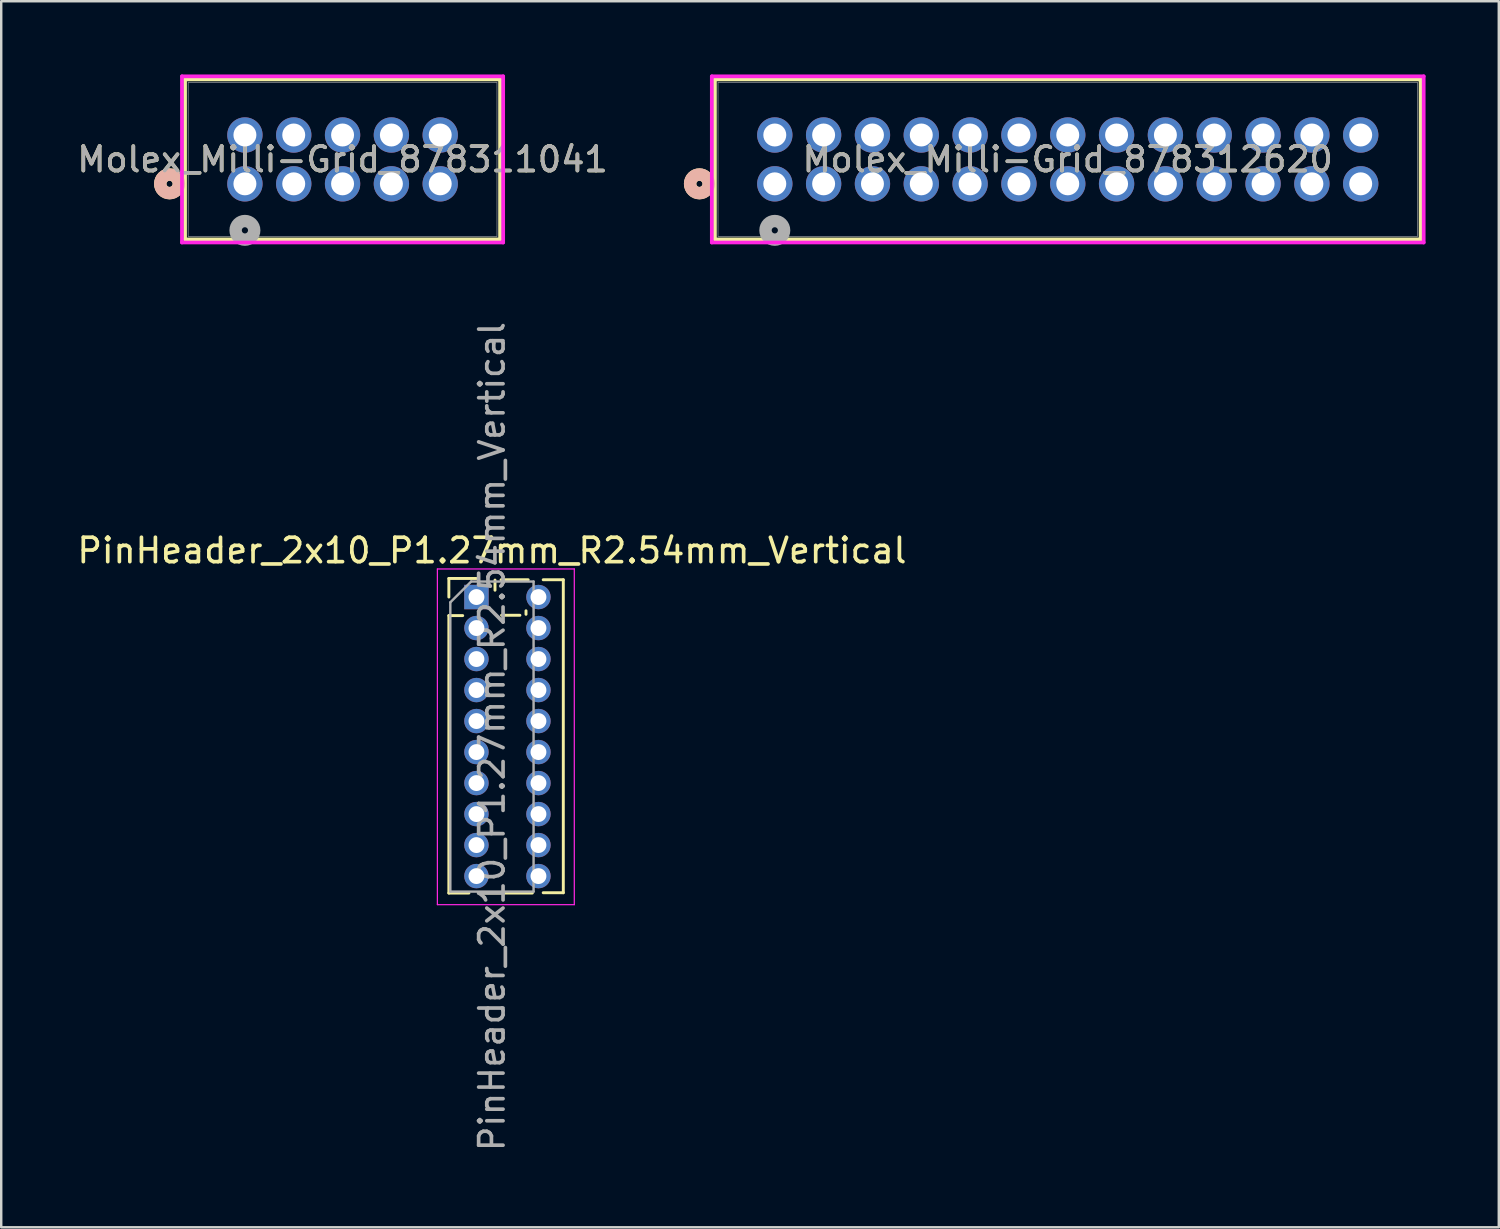
<source format=kicad_pcb>
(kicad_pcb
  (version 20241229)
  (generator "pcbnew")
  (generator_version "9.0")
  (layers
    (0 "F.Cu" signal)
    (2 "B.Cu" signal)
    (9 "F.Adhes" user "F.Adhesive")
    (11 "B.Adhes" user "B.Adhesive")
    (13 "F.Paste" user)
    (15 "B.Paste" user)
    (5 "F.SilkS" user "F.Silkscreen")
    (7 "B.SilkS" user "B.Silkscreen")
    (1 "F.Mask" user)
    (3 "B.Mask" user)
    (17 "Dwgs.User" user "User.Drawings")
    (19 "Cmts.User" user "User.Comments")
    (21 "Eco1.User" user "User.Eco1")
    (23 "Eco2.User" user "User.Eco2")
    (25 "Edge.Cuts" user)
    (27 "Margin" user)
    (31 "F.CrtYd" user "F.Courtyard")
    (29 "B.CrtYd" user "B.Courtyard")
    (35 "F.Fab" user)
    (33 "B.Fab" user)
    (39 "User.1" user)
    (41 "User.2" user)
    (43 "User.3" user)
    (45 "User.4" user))
  (footprint "Molex_Milli-Grid_878311041"
    (layer "F.Cu")
    (at 6.982 4.48)
    (property "Reference" "Molex_Milli-Grid_878311041" (at 4 -1 0) (unlocked yes) (layer "F.SilkS") (effects (font (size 1 1) (thickness 0.15))))
    (attr through_hole)
    (fp_line (start -2.452 -4.277) (end -2.452 2.276) (stroke (width 0.152) (type solid)) (layer "F.SilkS"))
    (fp_line (start -2.452 2.276) (end 10.452 2.276) (stroke (width 0.152) (type solid)) (layer "F.SilkS"))
    (fp_line (start 10.452 -4.277) (end -2.452 -4.277) (stroke (width 0.152) (type solid)) (layer "F.SilkS"))
    (fp_line (start 10.452 2.276) (end 10.452 -4.277) (stroke (width 0.152) (type solid)) (layer "F.SilkS"))
    (fp_circle (center -3.087 0) (end -2.706 0) (stroke (width 0.508) (type solid)) (fill no) (layer "F.SilkS"))
    (fp_circle (center -3.087 0) (end -2.706 0) (stroke (width 0.508) (type solid)) (fill no) (layer "B.SilkS"))
    (fp_line (start -2.579 -4.404) (end -2.579 2.403) (stroke (width 0.152) (type solid)) (layer "F.CrtYd"))
    (fp_line (start -2.579 2.403) (end 10.579 2.403) (stroke (width 0.152) (type solid)) (layer "F.CrtYd"))
    (fp_line (start 10.579 -4.404) (end -2.579 -4.404) (stroke (width 0.152) (type solid)) (layer "F.CrtYd"))
    (fp_line (start 10.579 2.403) (end 10.579 -4.404) (stroke (width 0.152) (type solid)) (layer "F.CrtYd"))
    (fp_line (start -2.325 -4.15) (end -2.325 2.149) (stroke (width 0.025) (type solid)) (layer "F.Fab"))
    (fp_line (start -2.325 2.149) (end 10.325 2.149) (stroke (width 0.025) (type solid)) (layer "F.Fab"))
    (fp_line (start 10.325 -4.15) (end -2.325 -4.15) (stroke (width 0.025) (type solid)) (layer "F.Fab"))
    (fp_line (start 10.325 2.149) (end 10.325 -4.15) (stroke (width 0.025) (type solid)) (layer "F.Fab"))
    (fp_circle (center 0 1.905) (end 0.381 1.905) (stroke (width 0.508) (type solid)) (fill no) (layer "F.Fab"))
    (fp_text user "${REFERENCE}" (at 4 -1 0) (unlocked yes) (layer "F.Fab") (effects (font (size 1 1) (thickness 0.15))))
    (pad "1" thru_hole circle (at 0 0) (size 1.448 1.448) (drill 0.94) (layers "*.Cu" "*.Mask"))
    (pad "2" thru_hole circle (at 0 -2) (size 1.448 1.448) (drill 0.94) (layers "*.Cu" "*.Mask"))
    (pad "3" thru_hole circle (at 2 0) (size 1.448 1.448) (drill 0.94) (layers "*.Cu" "*.Mask"))
    (pad "4" thru_hole circle (at 2 -2) (size 1.448 1.448) (drill 0.94) (layers "*.Cu" "*.Mask"))
    (pad "5" thru_hole circle (at 4 0) (size 1.448 1.448) (drill 0.94) (layers "*.Cu" "*.Mask"))
    (pad "6" thru_hole circle (at 4 -2) (size 1.448 1.448) (drill 0.94) (layers "*.Cu" "*.Mask"))
    (pad "7" thru_hole circle (at 6 0) (size 1.448 1.448) (drill 0.94) (layers "*.Cu" "*.Mask"))
    (pad "8" thru_hole circle (at 6 -2) (size 1.448 1.448) (drill 0.94) (layers "*.Cu" "*.Mask"))
    (pad "9" thru_hole circle (at 8 0) (size 1.448 1.448) (drill 0.94) (layers "*.Cu" "*.Mask"))
    (pad "10" thru_hole circle (at 8 -2) (size 1.448 1.448) (drill 0.94) (layers "*.Cu" "*.Mask")))
  (footprint "Molex_Milli-Grid_878312620"
    (layer "F.Cu")
    (at 28.687 4.48)
    (property "Reference" "Molex_Milli-Grid_878312620" (at 12 -1 0) (unlocked yes) (layer "F.SilkS") (effects (font (size 1 1) (thickness 0.15))))
    (attr through_hole)
    (fp_line (start -2.453 -4.277) (end -2.453 2.276) (stroke (width 0.152) (type solid)) (layer "F.SilkS"))
    (fp_line (start -2.453 2.276) (end 26.453 2.276) (stroke (width 0.152) (type solid)) (layer "F.SilkS"))
    (fp_line (start 26.453 -4.277) (end -2.453 -4.277) (stroke (width 0.152) (type solid)) (layer "F.SilkS"))
    (fp_line (start 26.453 2.276) (end 26.453 -4.277) (stroke (width 0.152) (type solid)) (layer "F.SilkS"))
    (fp_circle (center -3.088 0) (end -2.707 0) (stroke (width 0.508) (type solid)) (fill no) (layer "F.SilkS"))
    (fp_circle (center -3.088 0) (end -2.707 0) (stroke (width 0.508) (type solid)) (fill no) (layer "B.SilkS"))
    (fp_line (start -2.58 -4.404) (end -2.58 2.403) (stroke (width 0.152) (type solid)) (layer "F.CrtYd"))
    (fp_line (start -2.58 2.403) (end 26.58 2.403) (stroke (width 0.152) (type solid)) (layer "F.CrtYd"))
    (fp_line (start 26.58 -4.404) (end -2.58 -4.404) (stroke (width 0.152) (type solid)) (layer "F.CrtYd"))
    (fp_line (start 26.58 2.403) (end 26.58 -4.404) (stroke (width 0.152) (type solid)) (layer "F.CrtYd"))
    (fp_line (start -2.326 -4.15) (end -2.326 2.149) (stroke (width 0.025) (type solid)) (layer "F.Fab"))
    (fp_line (start -2.326 2.149) (end 26.326 2.149) (stroke (width 0.025) (type solid)) (layer "F.Fab"))
    (fp_line (start 26.326 -4.15) (end -2.326 -4.15) (stroke (width 0.025) (type solid)) (layer "F.Fab"))
    (fp_line (start 26.326 2.149) (end 26.326 -4.15) (stroke (width 0.025) (type solid)) (layer "F.Fab"))
    (fp_circle (center 0 1.905) (end 0.381 1.905) (stroke (width 0.508) (type solid)) (fill no) (layer "F.Fab"))
    (fp_text user "${REFERENCE}" (at 12 -1 0) (unlocked yes) (layer "F.Fab") (effects (font (size 1 1) (thickness 0.15))))
    (pad "1" thru_hole circle (at 0 0) (size 1.448 1.448) (drill 0.94) (layers "*.Cu" "*.Mask"))
    (pad "2" thru_hole circle (at 0 -2) (size 1.448 1.448) (drill 0.94) (layers "*.Cu" "*.Mask"))
    (pad "3" thru_hole circle (at 2 0) (size 1.448 1.448) (drill 0.94) (layers "*.Cu" "*.Mask"))
    (pad "4" thru_hole circle (at 2 -2) (size 1.448 1.448) (drill 0.94) (layers "*.Cu" "*.Mask"))
    (pad "5" thru_hole circle (at 4 0) (size 1.448 1.448) (drill 0.94) (layers "*.Cu" "*.Mask"))
    (pad "6" thru_hole circle (at 4 -2) (size 1.448 1.448) (drill 0.94) (layers "*.Cu" "*.Mask"))
    (pad "7" thru_hole circle (at 6 0) (size 1.448 1.448) (drill 0.94) (layers "*.Cu" "*.Mask"))
    (pad "8" thru_hole circle (at 6 -2) (size 1.448 1.448) (drill 0.94) (layers "*.Cu" "*.Mask"))
    (pad "9" thru_hole circle (at 8 0) (size 1.448 1.448) (drill 0.94) (layers "*.Cu" "*.Mask"))
    (pad "10" thru_hole circle (at 8 -2) (size 1.448 1.448) (drill 0.94) (layers "*.Cu" "*.Mask"))
    (pad "11" thru_hole circle (at 10 0) (size 1.448 1.448) (drill 0.94) (layers "*.Cu" "*.Mask"))
    (pad "12" thru_hole circle (at 10 -2) (size 1.448 1.448) (drill 0.94) (layers "*.Cu" "*.Mask"))
    (pad "13" thru_hole circle (at 12 0) (size 1.448 1.448) (drill 0.94) (layers "*.Cu" "*.Mask"))
    (pad "14" thru_hole circle (at 12 -2) (size 1.448 1.448) (drill 0.94) (layers "*.Cu" "*.Mask"))
    (pad "15" thru_hole circle (at 14 0) (size 1.448 1.448) (drill 0.94) (layers "*.Cu" "*.Mask"))
    (pad "16" thru_hole circle (at 14 -2) (size 1.448 1.448) (drill 0.94) (layers "*.Cu" "*.Mask"))
    (pad "17" thru_hole circle (at 16 0) (size 1.448 1.448) (drill 0.94) (layers "*.Cu" "*.Mask"))
    (pad "18" thru_hole circle (at 16 -2) (size 1.448 1.448) (drill 0.94) (layers "*.Cu" "*.Mask"))
    (pad "19" thru_hole circle (at 18 0) (size 1.448 1.448) (drill 0.94) (layers "*.Cu" "*.Mask"))
    (pad "20" thru_hole circle (at 18 -2) (size 1.448 1.448) (drill 0.94) (layers "*.Cu" "*.Mask"))
    (pad "21" thru_hole circle (at 20 0) (size 1.448 1.448) (drill 0.94) (layers "*.Cu" "*.Mask"))
    (pad "22" thru_hole circle (at 20 -2) (size 1.448 1.448) (drill 0.94) (layers "*.Cu" "*.Mask"))
    (pad "23" thru_hole circle (at 22 0) (size 1.448 1.448) (drill 0.94) (layers "*.Cu" "*.Mask"))
    (pad "24" thru_hole circle (at 22 -2) (size 1.448 1.448) (drill 0.94) (layers "*.Cu" "*.Mask"))
    (pad "25" thru_hole circle (at 24 0) (size 1.448 1.448) (drill 0.94) (layers "*.Cu" "*.Mask"))
    (pad "26" thru_hole circle (at 24 -2) (size 1.448 1.448) (drill 0.94) (layers "*.Cu" "*.Mask")))
  (footprint "PinHeader_2x10_P1.27mm_R2.54mm_Vertical"
    (layer "F.Cu")
    (at 16.466 21.406)
    (property "Reference" "PinHeader_2x10_P1.27mm_R2.54mm_Vertical" (at 0.635 -1.905 0) (layer "F.SilkS") (effects (font (size 1 1) (thickness 0.15))))
    (attr through_hole)
    (fp_line (start -1.13 -0.76) (end 0 -0.76) (stroke (width 0.12) (type solid)) (layer "F.SilkS"))
    (fp_line (start -1.13 0) (end -1.13 -0.76) (stroke (width 0.12) (type solid)) (layer "F.SilkS"))
    (fp_line (start -1.13 0.76) (end -1.13 12.125) (stroke (width 0.12) (type solid)) (layer "F.SilkS"))
    (fp_line (start -1.13 0.76) (end -0.563 0.76) (stroke (width 0.12) (type solid)) (layer "F.SilkS"))
    (fp_line (start -1.13 12.125) (end -0.308 12.125) (stroke (width 0.12) (type solid)) (layer "F.SilkS"))
    (fp_line (start 0.308 12.125) (end 2.29 12.125) (stroke (width 0.12) (type solid)) (layer "F.SilkS"))
    (fp_line (start 0.76 -0.28) (end 0.76 -0.695) (stroke (width 0.12) (type solid)) (layer "F.SilkS"))
    (fp_line (start 1.01 -0.708) (end 2.12 -0.708) (stroke (width 0.12) (type solid)) (layer "F.SilkS"))
    (fp_line (start 1.03 0.747) (end 1.78 0.747) (stroke (width 0.12) (type solid)) (layer "F.SilkS"))
    (fp_line (start 2.03 0.707) (end 2.03 0.563) (stroke (width 0.12) (type solid)) (layer "F.SilkS"))
    (fp_line (start 2.735 -0.708) (end 3.558 -0.708) (stroke (width 0.12) (type solid)) (layer "F.SilkS"))
    (fp_line (start 2.735 12.112) (end 3.558 12.112) (stroke (width 0.12) (type solid)) (layer "F.SilkS"))
    (fp_line (start 3.558 -0.708) (end 3.558 12.112) (stroke (width 0.12) (type solid)) (layer "F.SilkS"))
    (fp_line (start -1.6 -1.15) (end -1.6 12.6) (stroke (width 0.05) (type solid)) (layer "F.CrtYd"))
    (fp_line (start -1.6 12.6) (end 4.01 12.6) (stroke (width 0.05) (type solid)) (layer "F.CrtYd"))
    (fp_line (start 4.008 12.6) (end 4.008 -1.15) (stroke (width 0.05) (type solid)) (layer "F.CrtYd"))
    (fp_line (start 4.01 -1.15) (end -1.6 -1.15) (stroke (width 0.05) (type solid)) (layer "F.CrtYd"))
    (fp_line (start -1.07 0.217) (end -0.217 -0.635) (stroke (width 0.1) (type solid)) (layer "F.Fab"))
    (fp_line (start -1.07 12.065) (end -1.07 0.217) (stroke (width 0.1) (type solid)) (layer "F.Fab"))
    (fp_line (start -0.217 -0.635) (end 2.34 -0.635) (stroke (width 0.1) (type solid)) (layer "F.Fab"))
    (fp_line (start 2.34 -0.635) (end 2.34 12.065) (stroke (width 0.1) (type solid)) (layer "F.Fab"))
    (fp_line (start 2.34 12.065) (end -1.07 12.065) (stroke (width 0.1) (type solid)) (layer "F.Fab"))
    (fp_text user "${REFERENCE}" (at 0.635 5.715 90) (layer "F.Fab") (effects (font (size 1 1) (thickness 0.15))))
    (pad "1" thru_hole rect (at 0 0) (size 1 1) (drill 0.65) (layers "*.Cu" "*.Mask"))
    (pad "2" thru_hole oval (at 2.54 0) (size 1 1) (drill 0.65) (layers "*.Cu" "*.Mask"))
    (pad "3" thru_hole oval (at 0 1.27) (size 1 1) (drill 0.65) (layers "*.Cu" "*.Mask"))
    (pad "4" thru_hole oval (at 2.54 1.27) (size 1 1) (drill 0.65) (layers "*.Cu" "*.Mask"))
    (pad "5" thru_hole oval (at 0 2.54) (size 1 1) (drill 0.65) (layers "*.Cu" "*.Mask"))
    (pad "6" thru_hole oval (at 2.54 2.54) (size 1 1) (drill 0.65) (layers "*.Cu" "*.Mask"))
    (pad "7" thru_hole oval (at 0 3.81) (size 1 1) (drill 0.65) (layers "*.Cu" "*.Mask"))
    (pad "8" thru_hole oval (at 2.54 3.81) (size 1 1) (drill 0.65) (layers "*.Cu" "*.Mask"))
    (pad "9" thru_hole oval (at 0 5.08) (size 1 1) (drill 0.65) (layers "*.Cu" "*.Mask"))
    (pad "10" thru_hole oval (at 2.54 5.08) (size 1 1) (drill 0.65) (layers "*.Cu" "*.Mask"))
    (pad "11" thru_hole oval (at 0 6.35) (size 1 1) (drill 0.65) (layers "*.Cu" "*.Mask"))
    (pad "12" thru_hole oval (at 2.54 6.35) (size 1 1) (drill 0.65) (layers "*.Cu" "*.Mask"))
    (pad "13" thru_hole oval (at 0 7.62) (size 1 1) (drill 0.65) (layers "*.Cu" "*.Mask"))
    (pad "14" thru_hole oval (at 2.54 7.62) (size 1 1) (drill 0.65) (layers "*.Cu" "*.Mask"))
    (pad "15" thru_hole oval (at 0 8.89) (size 1 1) (drill 0.65) (layers "*.Cu" "*.Mask"))
    (pad "16" thru_hole oval (at 2.54 8.89) (size 1 1) (drill 0.65) (layers "*.Cu" "*.Mask"))
    (pad "17" thru_hole oval (at 0 10.16) (size 1 1) (drill 0.65) (layers "*.Cu" "*.Mask"))
    (pad "18" thru_hole oval (at 2.54 10.16) (size 1 1) (drill 0.65) (layers "*.Cu" "*.Mask"))
    (pad "19" thru_hole oval (at 0 11.43) (size 1 1) (drill 0.65) (layers "*.Cu" "*.Mask"))
    (pad "20" thru_hole oval (at 2.54 11.43) (size 1 1) (drill 0.65) (layers "*.Cu" "*.Mask")))
  (gr_rect
    (start -3 -3)
    (end 58.343 47.223)
    (stroke (width 0.1) (type default))
    (fill no)
    (layer "Edge.Cuts")))
</source>
